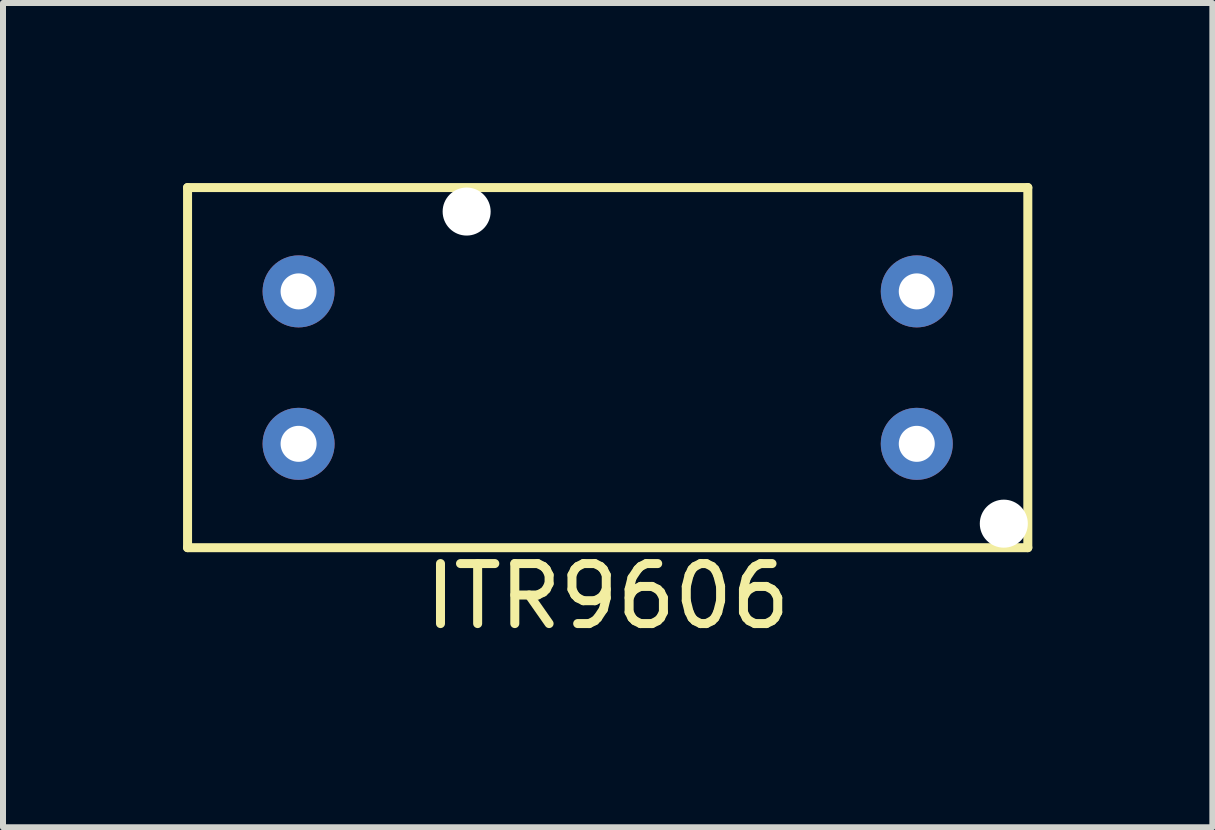
<source format=kicad_pcb>
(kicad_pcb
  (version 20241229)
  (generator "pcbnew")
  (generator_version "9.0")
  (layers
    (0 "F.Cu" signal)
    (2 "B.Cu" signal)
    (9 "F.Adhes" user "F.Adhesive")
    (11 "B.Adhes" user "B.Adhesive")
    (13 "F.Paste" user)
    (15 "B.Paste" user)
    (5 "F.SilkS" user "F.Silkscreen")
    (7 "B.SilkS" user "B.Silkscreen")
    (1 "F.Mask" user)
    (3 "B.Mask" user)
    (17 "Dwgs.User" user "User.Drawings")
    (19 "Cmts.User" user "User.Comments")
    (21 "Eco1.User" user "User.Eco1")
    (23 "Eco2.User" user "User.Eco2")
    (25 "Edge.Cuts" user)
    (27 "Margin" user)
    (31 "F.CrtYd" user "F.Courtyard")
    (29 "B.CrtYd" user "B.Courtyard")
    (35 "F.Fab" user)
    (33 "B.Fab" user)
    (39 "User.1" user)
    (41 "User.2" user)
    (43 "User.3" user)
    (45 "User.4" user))
  (footprint "ITR9606"
    (layer "F.Cu")
    (at 7.075 3.075)
    (property "Reference" "ITR9606" (at 0 3.81 0) (layer "F.SilkS") (effects (font (size 1 1) (thickness 0.15))))
    (attr through_hole)
    (fp_line (start -7 -3) (end 7 -3) (stroke (width 0.15) (type solid)) (layer "F.SilkS"))
    (fp_line (start -7 3) (end -7 -3) (stroke (width 0.15) (type solid)) (layer "F.SilkS"))
    (fp_line (start -7 3) (end 7 3) (stroke (width 0.15) (type solid)) (layer "F.SilkS"))
    (fp_line (start 7 -3) (end 7 3) (stroke (width 0.15) (type solid)) (layer "F.SilkS"))
    (pad "" np_thru_hole circle (at -2.35 -2.6) (size 0.8 0.8) (drill 0.8) (layers "*.Cu" "*.Mask"))
    (pad "" np_thru_hole circle (at 6.6 2.6) (size 0.8 0.8) (drill 0.8) (layers "*.Cu" "*.Mask"))
    (pad "1" thru_hole circle (at -5.15 1.27) (size 1.2 1.2) (drill 0.6) (layers "*.Cu" "*.Mask"))
    (pad "2" thru_hole circle (at -5.15 -1.27) (size 1.2 1.2) (drill 0.6) (layers "*.Cu" "*.Mask"))
    (pad "3" thru_hole circle (at 5.15 -1.27) (size 1.2 1.2) (drill 0.6) (layers "*.Cu" "*.Mask"))
    (pad "4" thru_hole circle (at 5.15 1.27) (size 1.2 1.2) (drill 0.6) (layers "*.Cu" "*.Mask")))
  (gr_rect
    (start -3 -3)
    (end 17.15 10.733)
    (stroke (width 0.1) (type default))
    (fill no)
    (layer "Edge.Cuts")))
</source>
